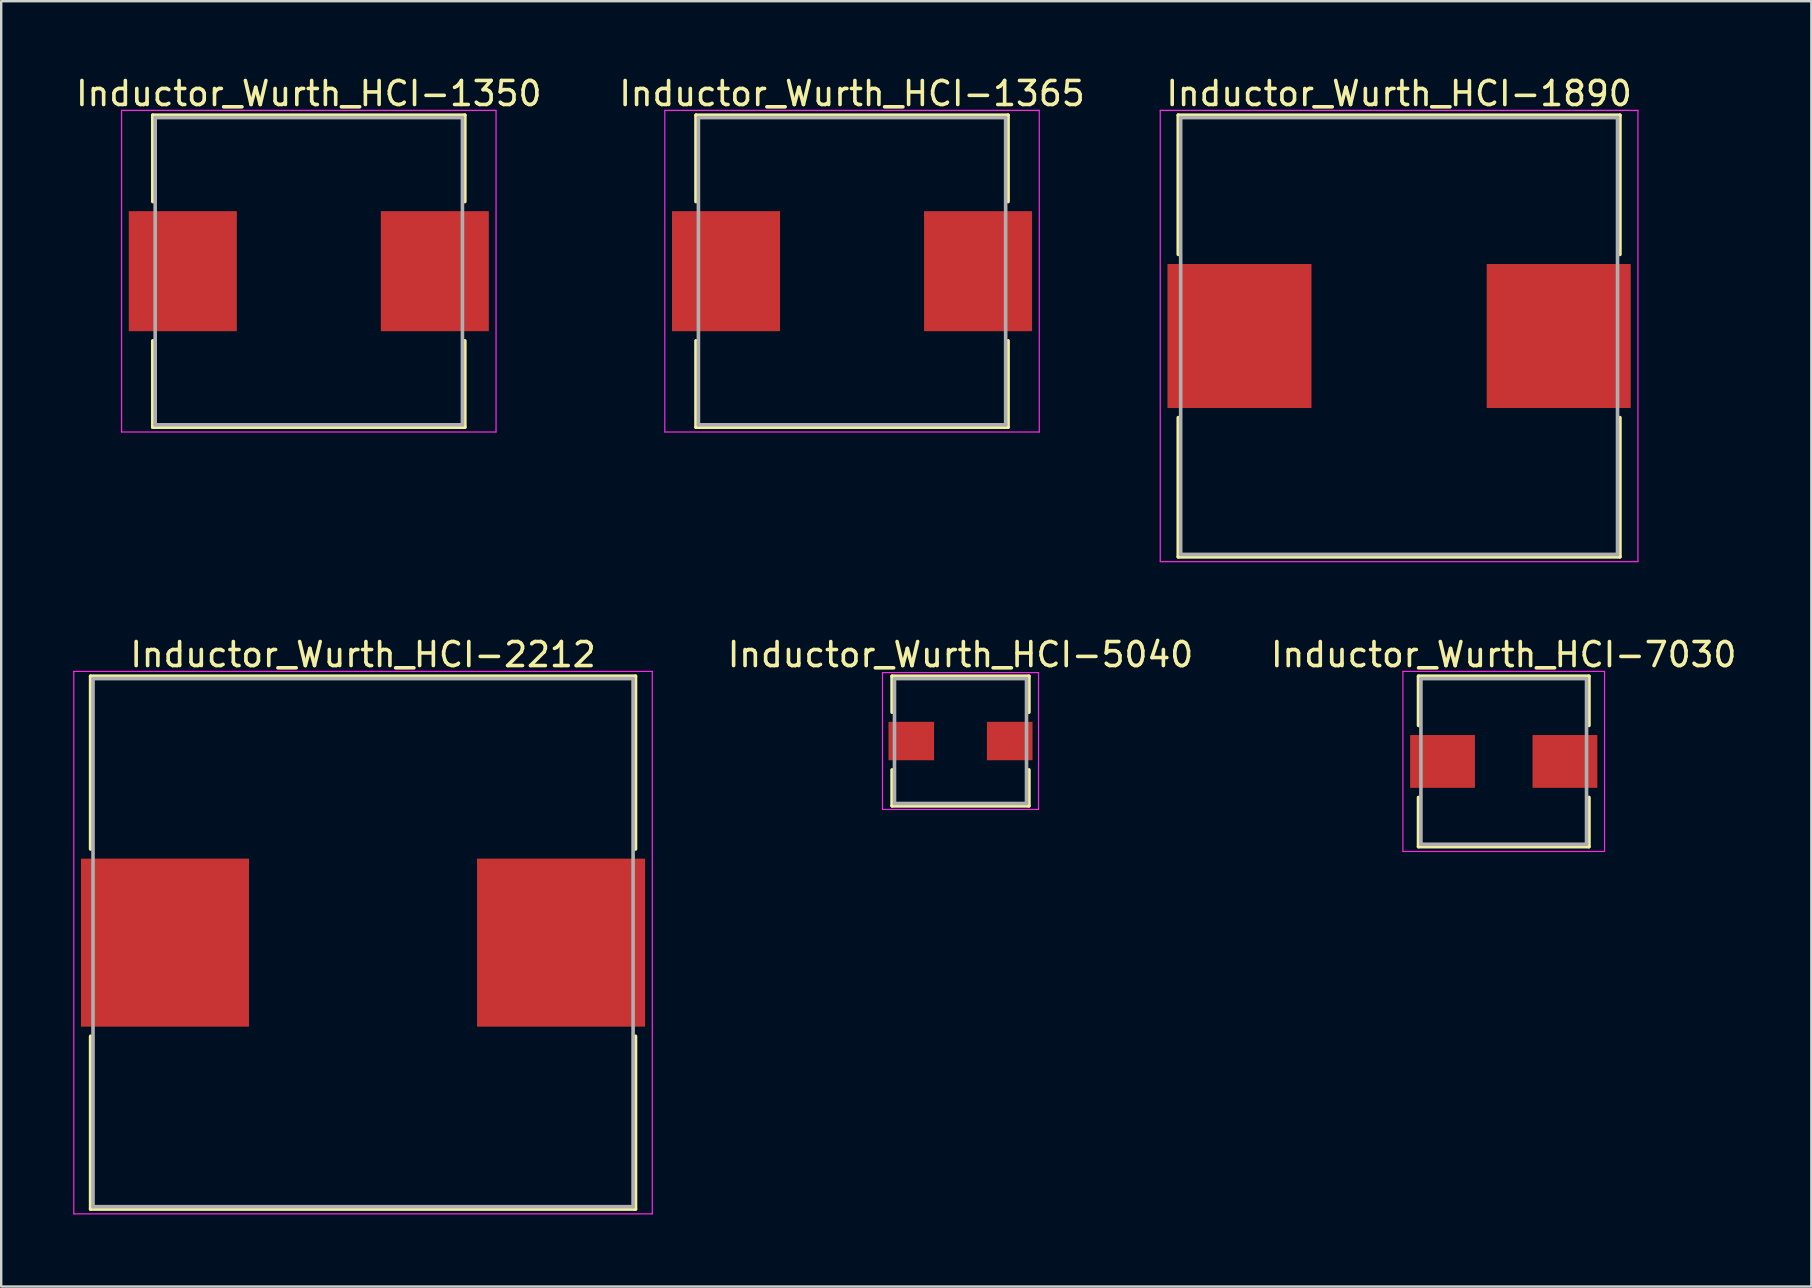
<source format=kicad_pcb>
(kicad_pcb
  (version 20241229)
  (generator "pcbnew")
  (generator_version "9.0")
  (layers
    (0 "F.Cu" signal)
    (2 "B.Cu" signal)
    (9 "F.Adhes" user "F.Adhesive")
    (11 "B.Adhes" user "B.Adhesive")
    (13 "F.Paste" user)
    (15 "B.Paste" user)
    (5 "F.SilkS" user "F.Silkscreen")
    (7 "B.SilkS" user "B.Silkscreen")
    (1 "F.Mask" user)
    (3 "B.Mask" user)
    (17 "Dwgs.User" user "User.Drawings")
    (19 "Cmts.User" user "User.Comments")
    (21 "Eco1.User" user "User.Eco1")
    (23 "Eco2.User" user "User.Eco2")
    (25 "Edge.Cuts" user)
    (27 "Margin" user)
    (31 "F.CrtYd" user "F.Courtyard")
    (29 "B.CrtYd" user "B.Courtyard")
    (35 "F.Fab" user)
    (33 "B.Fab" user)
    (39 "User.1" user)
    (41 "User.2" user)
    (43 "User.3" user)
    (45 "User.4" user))
  (footprint "Inductor_Wurth_HCI-7030"
    (layer "F.Cu")
    (at 59.596 28.672)
    (property "Reference" "Inductor_Wurth_HCI-7030" (at 0 -4.45 0) (layer "F.SilkS") (effects (font (size 1 1) (thickness 0.15))))
    (attr smd)
    (fp_line (start -3.55 -3.55) (end 3.55 -3.55) (stroke (width 0.15) (type solid)) (layer "F.SilkS"))
    (fp_line (start -3.55 -1.5) (end -3.55 -3.55) (stroke (width 0.15) (type solid)) (layer "F.SilkS"))
    (fp_line (start -3.55 1.5) (end -3.55 3.55) (stroke (width 0.15) (type solid)) (layer "F.SilkS"))
    (fp_line (start -3.55 3.55) (end 3.55 3.55) (stroke (width 0.15) (type solid)) (layer "F.SilkS"))
    (fp_line (start 3.55 -3.55) (end 3.55 -1.5) (stroke (width 0.15) (type solid)) (layer "F.SilkS"))
    (fp_line (start 3.55 3.55) (end 3.55 1.5) (stroke (width 0.15) (type solid)) (layer "F.SilkS"))
    (fp_line (start -4.2 -3.75) (end -4.2 3.75) (stroke (width 0.05) (type solid)) (layer "F.CrtYd"))
    (fp_line (start -4.2 3.75) (end 4.2 3.75) (stroke (width 0.05) (type solid)) (layer "F.CrtYd"))
    (fp_line (start 4.2 -3.75) (end -4.2 -3.75) (stroke (width 0.05) (type solid)) (layer "F.CrtYd"))
    (fp_line (start 4.2 3.75) (end 4.2 -3.75) (stroke (width 0.05) (type solid)) (layer "F.CrtYd"))
    (fp_line (start -3.45 -3.45) (end -3.45 3.45) (stroke (width 0.15) (type solid)) (layer "F.Fab"))
    (fp_line (start -3.45 3.45) (end 3.45 3.45) (stroke (width 0.15) (type solid)) (layer "F.Fab"))
    (fp_line (start 3.45 -3.45) (end -3.45 -3.45) (stroke (width 0.15) (type solid)) (layer "F.Fab"))
    (fp_line (start 3.45 3.45) (end 3.45 -3.45) (stroke (width 0.15) (type solid)) (layer "F.Fab"))
    (pad "1" smd rect (at -2.55 0) (size 2.7 2.2) (layers "F.Cu" "F.Mask" "F.Paste"))
    (pad "2" smd rect (at 2.55 0) (size 2.7 2.2) (layers "F.Cu" "F.Mask" "F.Paste")))
  (footprint "Inductor_Wurth_HCI-5040"
    (layer "F.Cu")
    (at 36.965 27.822)
    (property "Reference" "Inductor_Wurth_HCI-5040" (at 0 -3.6 0) (layer "F.SilkS") (effects (font (size 1 1) (thickness 0.15))))
    (attr smd)
    (fp_line (start -2.85 -2.7) (end 2.85 -2.7) (stroke (width 0.15) (type solid)) (layer "F.SilkS"))
    (fp_line (start -2.85 -1.2) (end -2.85 -2.7) (stroke (width 0.15) (type solid)) (layer "F.SilkS"))
    (fp_line (start -2.85 1.2) (end -2.85 2.7) (stroke (width 0.15) (type solid)) (layer "F.SilkS"))
    (fp_line (start -2.85 2.7) (end 2.85 2.7) (stroke (width 0.15) (type solid)) (layer "F.SilkS"))
    (fp_line (start 2.85 -2.7) (end 2.85 -1.2) (stroke (width 0.15) (type solid)) (layer "F.SilkS"))
    (fp_line (start 2.85 2.7) (end 2.85 1.2) (stroke (width 0.15) (type solid)) (layer "F.SilkS"))
    (fp_line (start -3.25 -2.85) (end -3.25 2.85) (stroke (width 0.05) (type solid)) (layer "F.CrtYd"))
    (fp_line (start -3.25 2.85) (end 3.25 2.85) (stroke (width 0.05) (type solid)) (layer "F.CrtYd"))
    (fp_line (start 3.25 -2.85) (end -3.25 -2.85) (stroke (width 0.05) (type solid)) (layer "F.CrtYd"))
    (fp_line (start 3.25 2.85) (end 3.25 -2.85) (stroke (width 0.05) (type solid)) (layer "F.CrtYd"))
    (fp_line (start -2.75 -2.6) (end -2.75 2.6) (stroke (width 0.15) (type solid)) (layer "F.Fab"))
    (fp_line (start -2.75 2.6) (end 2.75 2.6) (stroke (width 0.15) (type solid)) (layer "F.Fab"))
    (fp_line (start 2.75 -2.6) (end -2.75 -2.6) (stroke (width 0.15) (type solid)) (layer "F.Fab"))
    (fp_line (start 2.75 2.6) (end 2.75 -2.6) (stroke (width 0.15) (type solid)) (layer "F.Fab"))
    (pad "1" smd rect (at -2.05 0) (size 1.9 1.6) (layers "F.Cu" "F.Mask" "F.Paste"))
    (pad "2" smd rect (at 2.05 0) (size 1.9 1.6) (layers "F.Cu" "F.Mask" "F.Paste")))
  (footprint "Inductor_Wurth_HCI-2212"
    (layer "F.Cu")
    (at 12.075 36.221)
    (property "Reference" "Inductor_Wurth_HCI-2212" (at 0 -12 0) (layer "F.SilkS") (effects (font (size 1 1) (thickness 0.15))))
    (attr smd)
    (fp_line (start -11.35 -11.1) (end 11.35 -11.1) (stroke (width 0.15) (type solid)) (layer "F.SilkS"))
    (fp_line (start -11.35 -3.9) (end -11.35 -11.1) (stroke (width 0.15) (type solid)) (layer "F.SilkS"))
    (fp_line (start -11.35 3.9) (end -11.35 11.1) (stroke (width 0.15) (type solid)) (layer "F.SilkS"))
    (fp_line (start -11.35 11.1) (end 11.35 11.1) (stroke (width 0.15) (type solid)) (layer "F.SilkS"))
    (fp_line (start 11.35 -11.1) (end 11.35 -3.9) (stroke (width 0.15) (type solid)) (layer "F.SilkS"))
    (fp_line (start 11.35 11.1) (end 11.35 3.9) (stroke (width 0.15) (type solid)) (layer "F.SilkS"))
    (fp_line (start -12.05 -11.3) (end -12.05 11.3) (stroke (width 0.05) (type solid)) (layer "F.CrtYd"))
    (fp_line (start -12.05 11.3) (end 12.05 11.3) (stroke (width 0.05) (type solid)) (layer "F.CrtYd"))
    (fp_line (start 12.05 -11.3) (end -12.05 -11.3) (stroke (width 0.05) (type solid)) (layer "F.CrtYd"))
    (fp_line (start 12.05 11.3) (end 12.05 -11.3) (stroke (width 0.05) (type solid)) (layer "F.CrtYd"))
    (fp_line (start -11.25 -11) (end -11.25 11) (stroke (width 0.15) (type solid)) (layer "F.Fab"))
    (fp_line (start -11.25 11) (end 11.25 11) (stroke (width 0.15) (type solid)) (layer "F.Fab"))
    (fp_line (start 11.25 -11) (end -11.25 -11) (stroke (width 0.15) (type solid)) (layer "F.Fab"))
    (fp_line (start 11.25 11) (end 11.25 -11) (stroke (width 0.15) (type solid)) (layer "F.Fab"))
    (pad "1" smd rect (at -8.25 0) (size 7 7) (layers "F.Cu" "F.Mask" "F.Paste"))
    (pad "2" smd rect (at 8.25 0) (size 7 7) (layers "F.Cu" "F.Mask" "F.Paste")))
  (footprint "Inductor_Wurth_HCI-1350"
    (layer "F.Cu")
    (at 9.815 8.248)
    (property "Reference" "Inductor_Wurth_HCI-1350" (at 0 -7.4 0) (layer "F.SilkS") (effects (font (size 1 1) (thickness 0.15))))
    (attr smd)
    (fp_line (start -6.5 -6.5) (end 6.5 -6.5) (stroke (width 0.15) (type solid)) (layer "F.SilkS"))
    (fp_line (start -6.5 -2.9) (end -6.5 -6.5) (stroke (width 0.15) (type solid)) (layer "F.SilkS"))
    (fp_line (start -6.5 2.9) (end -6.5 6.5) (stroke (width 0.15) (type solid)) (layer "F.SilkS"))
    (fp_line (start -6.5 6.5) (end 6.5 6.5) (stroke (width 0.15) (type solid)) (layer "F.SilkS"))
    (fp_line (start 6.5 -6.5) (end 6.5 -2.9) (stroke (width 0.15) (type solid)) (layer "F.SilkS"))
    (fp_line (start 6.5 6.5) (end 6.5 2.9) (stroke (width 0.15) (type solid)) (layer "F.SilkS"))
    (fp_line (start -7.8 -6.7) (end -7.8 6.7) (stroke (width 0.05) (type solid)) (layer "F.CrtYd"))
    (fp_line (start -7.8 6.7) (end 7.8 6.7) (stroke (width 0.05) (type solid)) (layer "F.CrtYd"))
    (fp_line (start 7.8 -6.7) (end -7.8 -6.7) (stroke (width 0.05) (type solid)) (layer "F.CrtYd"))
    (fp_line (start 7.8 6.7) (end 7.8 -6.7) (stroke (width 0.05) (type solid)) (layer "F.CrtYd"))
    (fp_line (start -6.4 -6.4) (end -6.4 6.4) (stroke (width 0.15) (type solid)) (layer "F.Fab"))
    (fp_line (start -6.4 6.4) (end 6.4 6.4) (stroke (width 0.15) (type solid)) (layer "F.Fab"))
    (fp_line (start 6.4 -6.4) (end -6.4 -6.4) (stroke (width 0.15) (type solid)) (layer "F.Fab"))
    (fp_line (start 6.4 6.4) (end 6.4 -6.4) (stroke (width 0.15) (type solid)) (layer "F.Fab"))
    (pad "1" smd rect (at -5.25 0) (size 4.5 5) (layers "F.Cu" "F.Mask" "F.Paste"))
    (pad "2" smd rect (at 5.25 0) (size 4.5 5) (layers "F.Cu" "F.Mask" "F.Paste")))
  (footprint "Inductor_Wurth_HCI-1365"
    (layer "F.Cu")
    (at 32.446 8.248)
    (property "Reference" "Inductor_Wurth_HCI-1365" (at 0 -7.4 0) (layer "F.SilkS") (effects (font (size 1 1) (thickness 0.15))))
    (attr smd)
    (fp_line (start -6.5 -6.5) (end 6.5 -6.5) (stroke (width 0.15) (type solid)) (layer "F.SilkS"))
    (fp_line (start -6.5 -2.9) (end -6.5 -6.5) (stroke (width 0.15) (type solid)) (layer "F.SilkS"))
    (fp_line (start -6.5 2.9) (end -6.5 6.5) (stroke (width 0.15) (type solid)) (layer "F.SilkS"))
    (fp_line (start -6.5 6.5) (end 6.5 6.5) (stroke (width 0.15) (type solid)) (layer "F.SilkS"))
    (fp_line (start 6.5 -6.5) (end 6.5 -2.9) (stroke (width 0.15) (type solid)) (layer "F.SilkS"))
    (fp_line (start 6.5 6.5) (end 6.5 2.9) (stroke (width 0.15) (type solid)) (layer "F.SilkS"))
    (fp_line (start -7.8 -6.7) (end -7.8 6.7) (stroke (width 0.05) (type solid)) (layer "F.CrtYd"))
    (fp_line (start -7.8 6.7) (end 7.8 6.7) (stroke (width 0.05) (type solid)) (layer "F.CrtYd"))
    (fp_line (start 7.8 -6.7) (end -7.8 -6.7) (stroke (width 0.05) (type solid)) (layer "F.CrtYd"))
    (fp_line (start 7.8 6.7) (end 7.8 -6.7) (stroke (width 0.05) (type solid)) (layer "F.CrtYd"))
    (fp_line (start -6.4 -6.4) (end -6.4 6.4) (stroke (width 0.15) (type solid)) (layer "F.Fab"))
    (fp_line (start -6.4 6.4) (end 6.4 6.4) (stroke (width 0.15) (type solid)) (layer "F.Fab"))
    (fp_line (start 6.4 -6.4) (end -6.4 -6.4) (stroke (width 0.15) (type solid)) (layer "F.Fab"))
    (fp_line (start 6.4 6.4) (end 6.4 -6.4) (stroke (width 0.15) (type solid)) (layer "F.Fab"))
    (pad "1" smd rect (at -5.25 0) (size 4.5 5) (layers "F.Cu" "F.Mask" "F.Paste"))
    (pad "2" smd rect (at 5.25 0) (size 4.5 5) (layers "F.Cu" "F.Mask" "F.Paste")))
  (footprint "Inductor_Wurth_HCI-1890"
    (layer "F.Cu")
    (at 55.237 10.948)
    (property "Reference" "Inductor_Wurth_HCI-1890" (at 0 -10.1 0) (layer "F.SilkS") (effects (font (size 1 1) (thickness 0.15))))
    (attr smd)
    (fp_line (start -9.2 -9.2) (end 9.2 -9.2) (stroke (width 0.15) (type solid)) (layer "F.SilkS"))
    (fp_line (start -9.2 -3.4) (end -9.2 -9.2) (stroke (width 0.15) (type solid)) (layer "F.SilkS"))
    (fp_line (start -9.2 3.4) (end -9.2 9.2) (stroke (width 0.15) (type solid)) (layer "F.SilkS"))
    (fp_line (start -9.2 9.2) (end 9.2 9.2) (stroke (width 0.15) (type solid)) (layer "F.SilkS"))
    (fp_line (start 9.2 -9.2) (end 9.2 -3.4) (stroke (width 0.15) (type solid)) (layer "F.SilkS"))
    (fp_line (start 9.2 9.2) (end 9.2 3.4) (stroke (width 0.15) (type solid)) (layer "F.SilkS"))
    (fp_line (start -9.95 -9.4) (end -9.95 9.4) (stroke (width 0.05) (type solid)) (layer "F.CrtYd"))
    (fp_line (start -9.95 9.4) (end 9.95 9.4) (stroke (width 0.05) (type solid)) (layer "F.CrtYd"))
    (fp_line (start 9.95 -9.4) (end -9.95 -9.4) (stroke (width 0.05) (type solid)) (layer "F.CrtYd"))
    (fp_line (start 9.95 9.4) (end 9.95 -9.4) (stroke (width 0.05) (type solid)) (layer "F.CrtYd"))
    (fp_line (start -9.1 -9.1) (end -9.1 9.1) (stroke (width 0.15) (type solid)) (layer "F.Fab"))
    (fp_line (start -9.1 9.1) (end 9.1 9.1) (stroke (width 0.15) (type solid)) (layer "F.Fab"))
    (fp_line (start 9.1 -9.1) (end -9.1 -9.1) (stroke (width 0.15) (type solid)) (layer "F.Fab"))
    (fp_line (start 9.1 9.1) (end 9.1 -9.1) (stroke (width 0.15) (type solid)) (layer "F.Fab"))
    (pad "1" smd rect (at -6.65 0) (size 6 6) (layers "F.Cu" "F.Mask" "F.Paste"))
    (pad "2" smd rect (at 6.65 0) (size 6 6) (layers "F.Cu" "F.Mask" "F.Paste")))
  (gr_rect
    (start -3 -3)
    (end 72.412 50.547)
    (stroke (width 0.1) (type default))
    (fill no)
    (layer "Edge.Cuts")))
</source>
